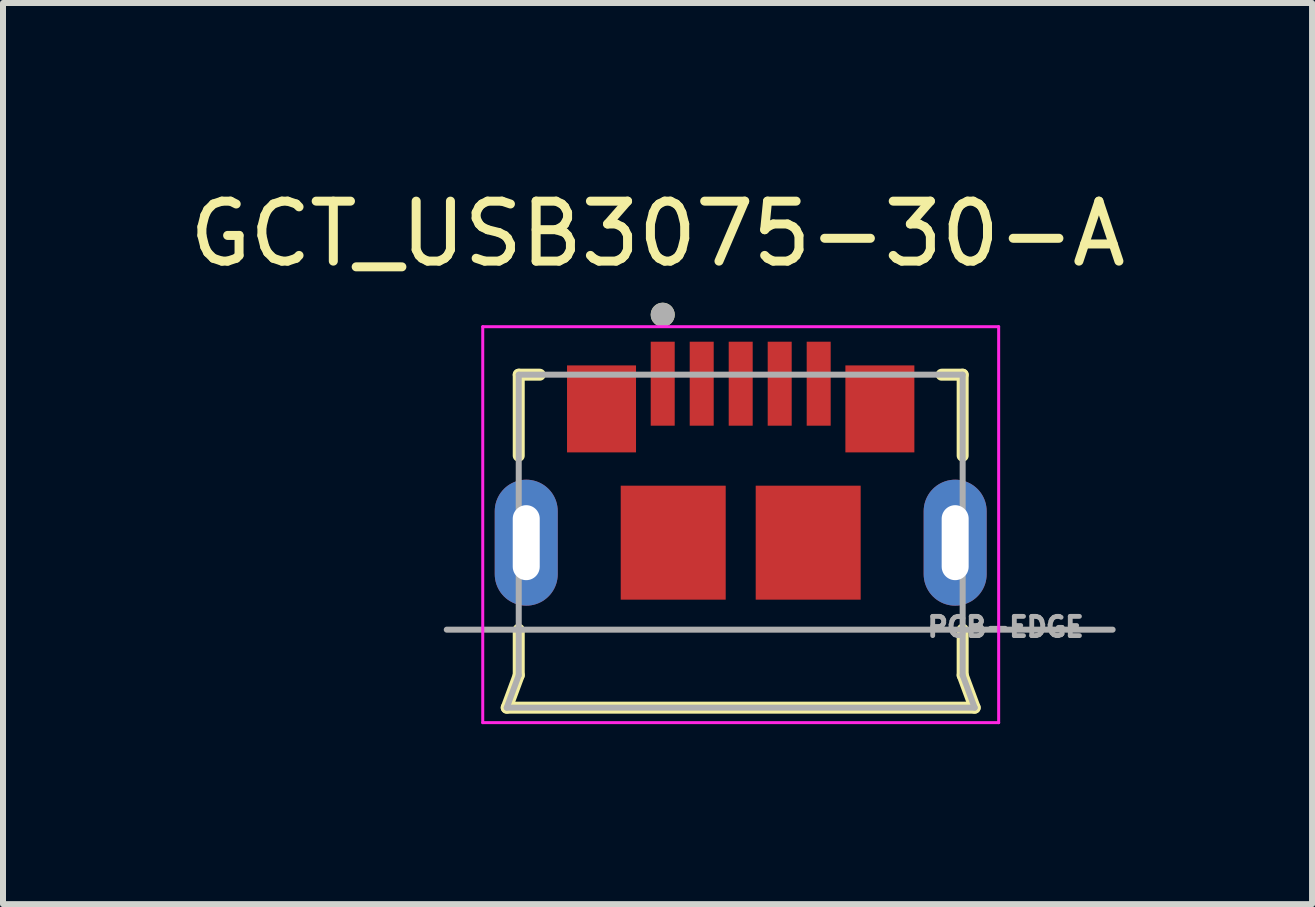
<source format=kicad_pcb>
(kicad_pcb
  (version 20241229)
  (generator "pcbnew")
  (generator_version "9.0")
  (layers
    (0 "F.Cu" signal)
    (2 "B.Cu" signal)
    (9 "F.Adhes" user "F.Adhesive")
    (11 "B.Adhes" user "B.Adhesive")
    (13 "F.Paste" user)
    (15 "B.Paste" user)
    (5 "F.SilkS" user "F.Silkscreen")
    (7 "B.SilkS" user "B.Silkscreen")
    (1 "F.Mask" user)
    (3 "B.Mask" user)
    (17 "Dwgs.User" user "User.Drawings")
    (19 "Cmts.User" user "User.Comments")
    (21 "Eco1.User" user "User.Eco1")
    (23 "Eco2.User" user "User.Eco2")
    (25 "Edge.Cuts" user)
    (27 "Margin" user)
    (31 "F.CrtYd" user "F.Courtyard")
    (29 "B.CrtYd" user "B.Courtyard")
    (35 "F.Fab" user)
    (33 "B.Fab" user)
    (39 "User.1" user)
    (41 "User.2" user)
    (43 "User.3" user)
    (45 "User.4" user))
  (footprint "GCT_USB3075-30-A"
    (layer "F.Cu")
    (at 7.997 3.346)
    (property "Reference" "GCT_USB3075-30-A" (at -0.086 -2.498 0) (layer "F.SilkS") (effects (font (size 1 1) (thickness 0.15))))
    (attr through_hole)
    (fp_line (start -2.6 5.4) (end -2.4 4.86) (stroke (width 0.2) (type solid)) (layer "F.SilkS"))
    (fp_line (start -2.6 5.4) (end 5.2 5.4) (stroke (width 0.2) (type solid)) (layer "F.SilkS"))
    (fp_line (start -2.4 -0.15) (end -2.05 -0.15) (stroke (width 0.2) (type solid)) (layer "F.SilkS"))
    (fp_line (start -2.4 1.2) (end -2.4 -0.15) (stroke (width 0.2) (type solid)) (layer "F.SilkS"))
    (fp_line (start -2.4 4.86) (end -2.4 4.1) (stroke (width 0.2) (type solid)) (layer "F.SilkS"))
    (fp_line (start 4.65 -0.15) (end 5 -0.15) (stroke (width 0.2) (type solid)) (layer "F.SilkS"))
    (fp_line (start 5 1.2) (end 5 -0.15) (stroke (width 0.2) (type solid)) (layer "F.SilkS"))
    (fp_line (start 5 4.86) (end 5 4.1) (stroke (width 0.2) (type solid)) (layer "F.SilkS"))
    (fp_line (start 5 4.86) (end 5.2 5.4) (stroke (width 0.2) (type solid)) (layer "F.SilkS"))
    (fp_circle (center 0 -1.15) (end 0.1 -1.15) (stroke (width 0.2) (type solid)) (fill no) (layer "F.SilkS"))
    (fp_line (start -3 -0.95) (end 5.6 -0.95) (stroke (width 0.05) (type solid)) (layer "F.CrtYd"))
    (fp_line (start -3 5.65) (end -3 -0.95) (stroke (width 0.05) (type solid)) (layer "F.CrtYd"))
    (fp_line (start -3 5.65) (end 5.6 5.65) (stroke (width 0.05) (type solid)) (layer "F.CrtYd"))
    (fp_line (start 5.6 5.65) (end 5.6 -0.95) (stroke (width 0.05) (type solid)) (layer "F.CrtYd"))
    (fp_line (start -3.6 4.1) (end 7.5 4.1) (stroke (width 0.1) (type solid)) (layer "F.Fab"))
    (fp_line (start -2.6 5.4) (end -2.4 4.86) (stroke (width 0.1) (type solid)) (layer "F.Fab"))
    (fp_line (start -2.6 5.4) (end 5.2 5.4) (stroke (width 0.1) (type solid)) (layer "F.Fab"))
    (fp_line (start -2.4 -0.15) (end 5 -0.15) (stroke (width 0.1) (type solid)) (layer "F.Fab"))
    (fp_line (start -2.4 4.86) (end -2.4 -0.15) (stroke (width 0.1) (type solid)) (layer "F.Fab"))
    (fp_line (start 5 4.86) (end 5 -0.15) (stroke (width 0.1) (type solid)) (layer "F.Fab"))
    (fp_line (start 5 4.86) (end 5.2 5.4) (stroke (width 0.1) (type solid)) (layer "F.Fab"))
    (fp_circle (center 0 -1.15) (end 0.1 -1.15) (stroke (width 0.2) (type solid)) (fill no) (layer "F.Fab"))
    (fp_text user "PCB-EDGE" (at 5.716 4.055 0) (layer "F.Fab") (effects (font (size 0.321 0.321) (thickness 0.15))))
    (pad "1" smd rect (at 0 0) (size 0.4 1.4) (layers "F.Cu" "F.Mask" "F.Paste"))
    (pad "2" smd rect (at 0.65 0) (size 0.4 1.4) (layers "F.Cu" "F.Mask" "F.Paste"))
    (pad "3" smd rect (at 1.3 0) (size 0.4 1.4) (layers "F.Cu" "F.Mask" "F.Paste"))
    (pad "4" smd rect (at 1.95 0) (size 0.4 1.4) (layers "F.Cu" "F.Mask" "F.Paste"))
    (pad "5" smd rect (at 2.6 0) (size 0.4 1.4) (layers "F.Cu" "F.Mask" "F.Paste"))
    (pad "S1" smd rect (at -1.02 0.42) (size 1.15 1.45) (layers "F.Cu" "F.Mask" "F.Paste"))
    (pad "S2" smd rect (at 3.62 0.42) (size 1.15 1.45) (layers "F.Cu" "F.Mask" "F.Paste"))
    (pad "S3" smd rect (at 0.175 2.65) (size 1.75 1.9) (layers "F.Cu" "F.Mask" "F.Paste"))
    (pad "S4" smd rect (at 2.425 2.65) (size 1.75 1.9) (layers "F.Cu" "F.Mask" "F.Paste"))
    (pad "S5" thru_hole oval (at -2.275 2.65) (size 1.05 2.1) (drill oval 0.45 1.25) (layers "*.Cu" "*.Mask"))
    (pad "S6" thru_hole oval (at 4.875 2.65) (size 1.05 2.1) (drill oval 0.45 1.25) (layers "*.Cu" "*.Mask")))
  (gr_rect
    (start -3 -3)
    (end 18.821 12.021)
    (stroke (width 0.1) (type default))
    (fill no)
    (layer "Edge.Cuts")))
</source>
